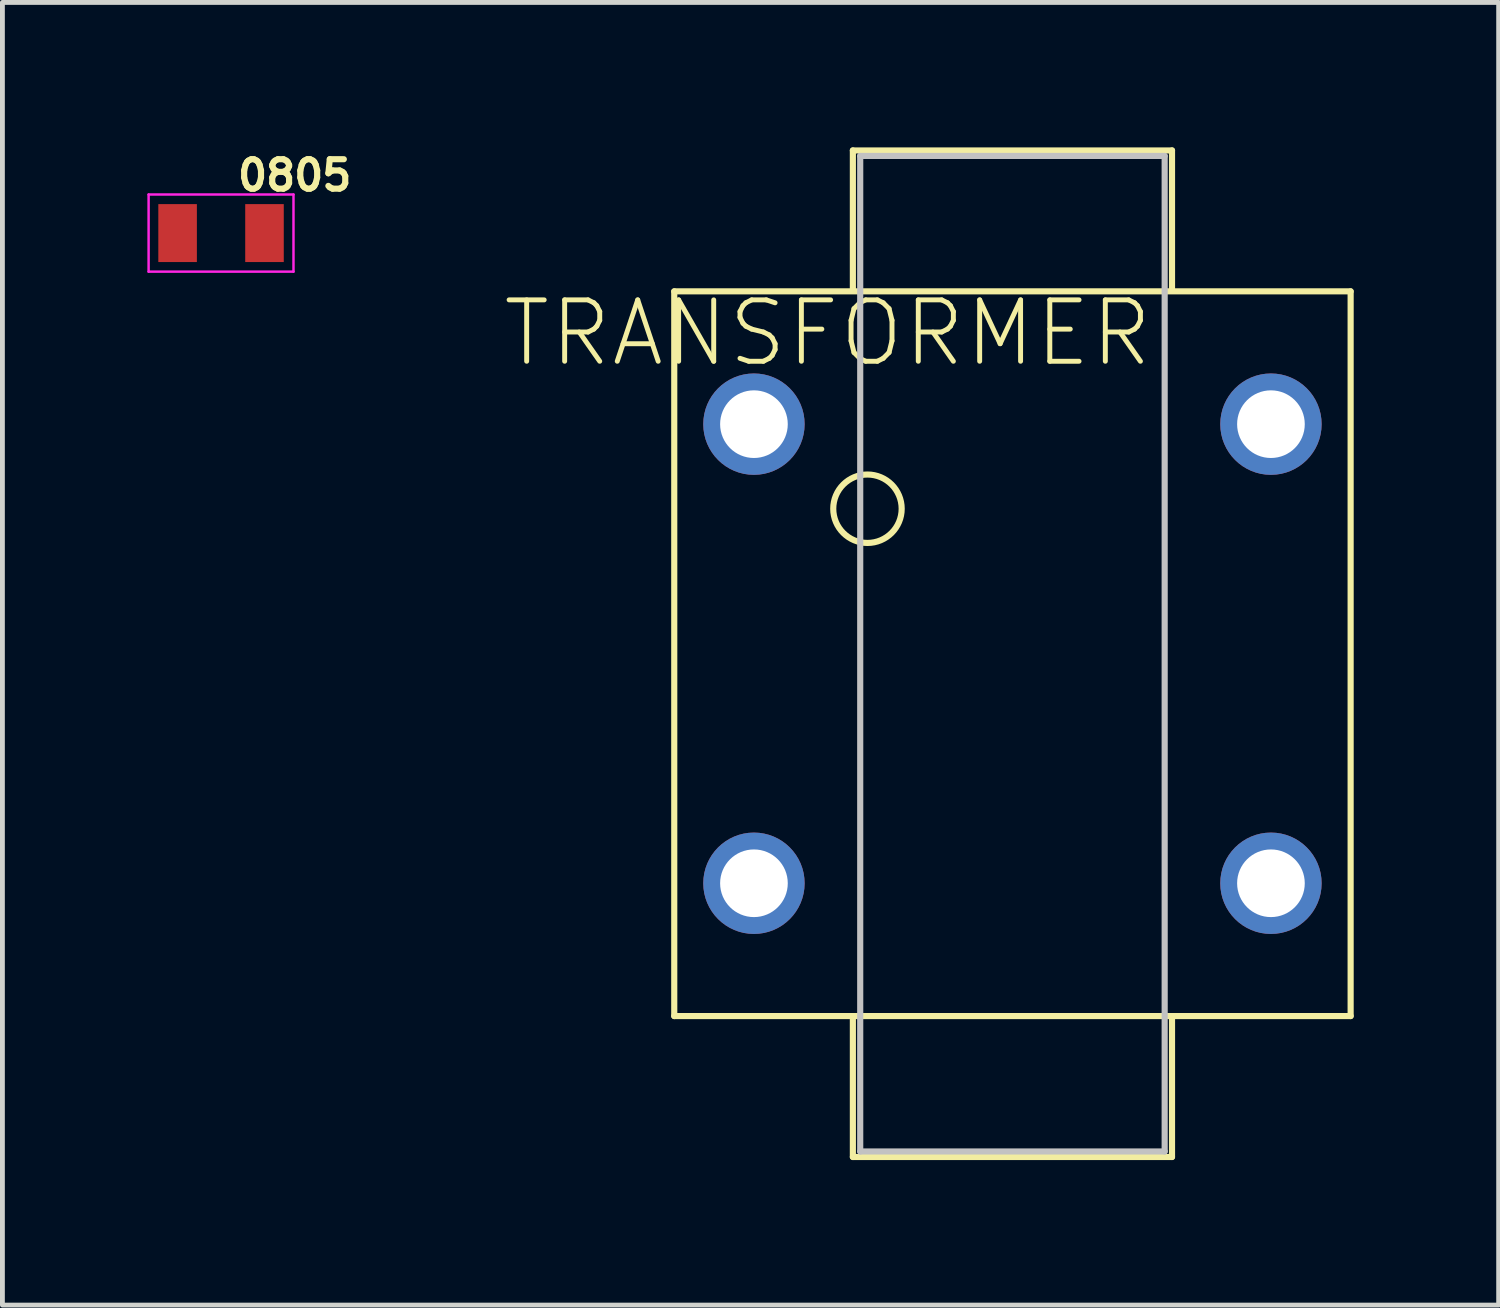
<source format=kicad_pcb>
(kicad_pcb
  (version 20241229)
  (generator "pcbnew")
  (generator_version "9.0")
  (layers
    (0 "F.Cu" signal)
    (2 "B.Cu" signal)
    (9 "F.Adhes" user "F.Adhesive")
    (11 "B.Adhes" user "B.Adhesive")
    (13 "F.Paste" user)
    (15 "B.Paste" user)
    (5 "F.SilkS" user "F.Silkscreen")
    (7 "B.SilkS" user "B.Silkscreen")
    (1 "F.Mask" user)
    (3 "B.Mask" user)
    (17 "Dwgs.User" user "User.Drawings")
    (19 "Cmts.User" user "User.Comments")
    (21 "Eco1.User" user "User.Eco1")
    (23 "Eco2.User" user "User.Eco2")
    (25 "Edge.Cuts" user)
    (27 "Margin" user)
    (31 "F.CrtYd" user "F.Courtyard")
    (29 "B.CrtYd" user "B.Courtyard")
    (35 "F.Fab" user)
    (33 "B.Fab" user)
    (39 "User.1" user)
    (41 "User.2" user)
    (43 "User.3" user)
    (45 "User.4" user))
  (footprint "0805"
    (layer "F.Cu")
    (at 1.524 1.773)
    (property "Reference" "0805" (at 1.524 -1.194 0) (layer "F.SilkS") (effects (font (size 0.61 0.61) (thickness 0.127))))
    (attr smd)
    (fp_line (start -1.499 -0.798) (end 1.499 -0.798) (stroke (width 0.051) (type solid)) (layer "F.CrtYd"))
    (fp_line (start -1.499 0.798) (end -1.499 -0.798) (stroke (width 0.051) (type solid)) (layer "F.CrtYd"))
    (fp_line (start 1.499 -0.798) (end 1.499 0.798) (stroke (width 0.051) (type solid)) (layer "F.CrtYd"))
    (fp_line (start 1.499 0.798) (end -1.499 0.798) (stroke (width 0.051) (type solid)) (layer "F.CrtYd"))
    (pad "1" smd rect (at -0.899 0) (size 0.798 1.199) (layers "F.Cu" "F.Mask" "F.Paste"))
    (pad "2" smd rect (at 0.899 0) (size 0.798 1.199) (layers "F.Cu" "F.Mask" "F.Paste")))
  (footprint "TRANSFORMER"
    (layer "F.Cu")
    (at 17.9 10.477)
    (property "Reference" "TRANSFORMER" (at -3.823 -6.634 0) (layer "F.SilkS") (effects (font (size 1.27 1.27) (thickness 0.102))))
    (attr exclude_from_pos_files exclude_from_bom)
    (fp_line (start -6.998 -7.498) (end -6.998 7.498) (stroke (width 0.127) (type solid)) (layer "F.SilkS"))
    (fp_line (start -6.998 7.498) (end 6.998 7.498) (stroke (width 0.127) (type solid)) (layer "F.SilkS"))
    (fp_line (start -3.302 -10.414) (end 3.302 -10.414) (stroke (width 0.127) (type solid)) (layer "F.SilkS"))
    (fp_line (start -3.302 -7.544) (end -3.302 -10.414) (stroke (width 0.127) (type solid)) (layer "F.SilkS"))
    (fp_line (start -3.302 7.518) (end -3.302 10.414) (stroke (width 0.127) (type solid)) (layer "F.SilkS"))
    (fp_line (start -3.302 10.414) (end 3.302 10.414) (stroke (width 0.127) (type solid)) (layer "F.SilkS"))
    (fp_line (start 3.302 -10.414) (end 3.302 -7.518) (stroke (width 0.127) (type solid)) (layer "F.SilkS"))
    (fp_line (start 3.302 10.414) (end 3.302 7.518) (stroke (width 0.127) (type solid)) (layer "F.SilkS"))
    (fp_line (start 6.998 -7.498) (end -6.998 -7.498) (stroke (width 0.127) (type solid)) (layer "F.SilkS"))
    (fp_line (start 6.998 7.498) (end 6.998 -7.498) (stroke (width 0.127) (type solid)) (layer "F.SilkS"))
    (fp_circle (center -3 -3) (end -3 -3.708) (stroke (width 0.127) (type solid)) (fill no) (layer "F.SilkS"))
    (fp_line (start -3.15 -10.3) (end -3.15 10.3) (stroke (width 0.127) (type solid)) (layer "Dwgs.User"))
    (fp_line (start -3.15 10.3) (end 3.15 10.3) (stroke (width 0.127) (type solid)) (layer "Dwgs.User"))
    (fp_line (start 3.15 -10.3) (end -3.15 -10.3) (stroke (width 0.127) (type solid)) (layer "Dwgs.User"))
    (fp_line (start 3.15 10.3) (end 3.15 -10.3) (stroke (width 0.127) (type solid)) (layer "Dwgs.User"))
    (pad "1" thru_hole circle (at -5.349 -4.75) (size 2.098 2.098) (drill 1.4) (layers "*.Cu" "*.Paste" "*.Mask"))
    (pad "2" thru_hole circle (at -5.349 4.75) (size 2.098 2.098) (drill 1.4) (layers "*.Cu" "*.Paste" "*.Mask"))
    (pad "3" thru_hole circle (at 5.349 4.75) (size 2.098 2.098) (drill 1.4) (layers "*.Cu" "*.Paste" "*.Mask"))
    (pad "4" thru_hole circle (at 5.349 -4.75) (size 2.098 2.098) (drill 1.4) (layers "*.Cu" "*.Paste" "*.Mask")))
  (gr_rect
    (start -3 -3)
    (end 27.961 23.955)
    (stroke (width 0.1) (type default))
    (fill no)
    (layer "Edge.Cuts")))
</source>
